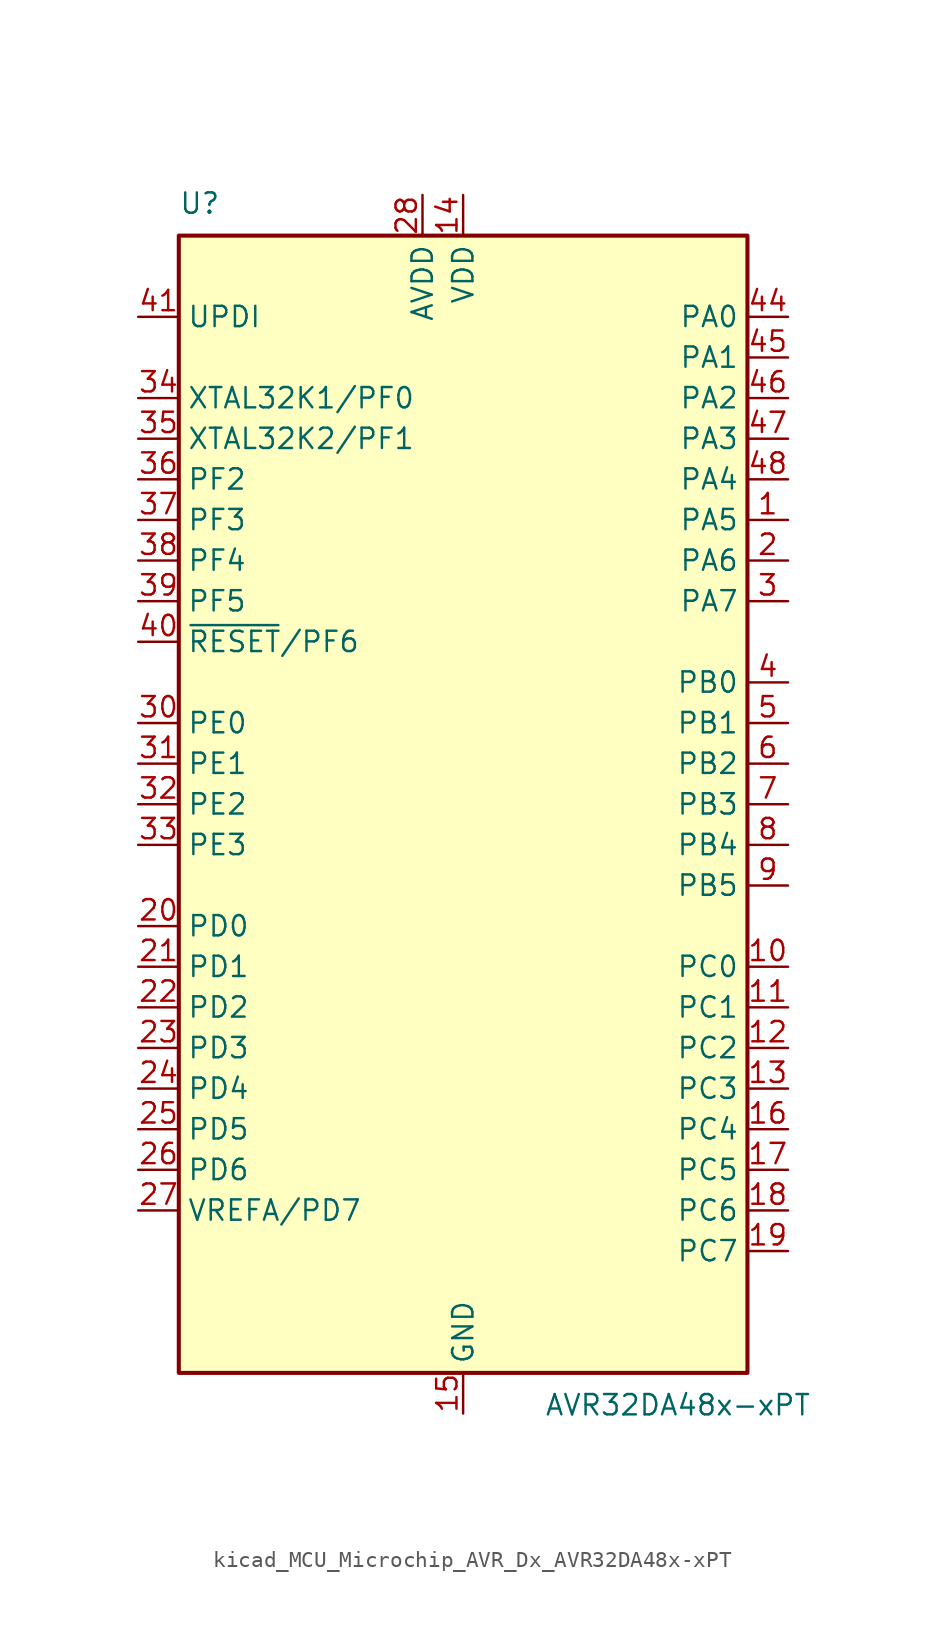
<source format=kicad_sym>
(kicad_symbol_lib
  (version 20220914)
  (generator kicad_symbol_editor)
  (symbol "kicad_MCU_Microchip_AVR_Dx_AVR32DA48x-xPT"
    (property "Reference" "U"
      (at -17.78 36.83 0)
      (effects (font (size 1.27 1.27)) (justify left bottom)))
    (property "Value" "AVR32DA48x-xPT"
      (at 5.08 -36.83 0)
      (effects (font (size 1.27 1.27)) (justify left top)))
    (symbol "kicad_MCU_Microchip_AVR_Dx_AVR32DA48x-xPT_0_1"
      (rectangle (start -17.78 35.56) (end 17.78 -35.56) (stroke (width 0.254) (type default)) (fill (type background))))
    (symbol "kicad_MCU_Microchip_AVR_Dx_AVR32DA48x-xPT_1_1"
      (pin bidirectional line (at 20.32 17.78 180) (length 2.54) (name "PA5" (effects (font (size 1.27 1.27)))) (number "1" (effects (font (size 1.27 1.27)))))
      (pin bidirectional line (at 20.32 -10.16 180) (length 2.54) (name "PC0" (effects (font (size 1.27 1.27)))) (number "10" (effects (font (size 1.27 1.27)))))
      (pin bidirectional line (at 20.32 -12.7 180) (length 2.54) (name "PC1" (effects (font (size 1.27 1.27)))) (number "11" (effects (font (size 1.27 1.27)))))
      (pin bidirectional line (at 20.32 -15.24 180) (length 2.54) (name "PC2" (effects (font (size 1.27 1.27)))) (number "12" (effects (font (size 1.27 1.27)))))
      (pin bidirectional line (at 20.32 -17.78 180) (length 2.54) (name "PC3" (effects (font (size 1.27 1.27)))) (number "13" (effects (font (size 1.27 1.27)))))
      (pin power_in line (at 0 38.1 270) (length 2.54) (name "VDD" (effects (font (size 1.27 1.27)))) (number "14" (effects (font (size 1.27 1.27)))))
      (pin power_in line (at 0 -38.1 90) (length 2.54) (name "GND" (effects (font (size 1.27 1.27)))) (number "15" (effects (font (size 1.27 1.27)))))
      (pin bidirectional line (at 20.32 -20.32 180) (length 2.54) (name "PC4" (effects (font (size 1.27 1.27)))) (number "16" (effects (font (size 1.27 1.27)))))
      (pin bidirectional line (at 20.32 -22.86 180) (length 2.54) (name "PC5" (effects (font (size 1.27 1.27)))) (number "17" (effects (font (size 1.27 1.27)))))
      (pin bidirectional line (at 20.32 -25.4 180) (length 2.54) (name "PC6" (effects (font (size 1.27 1.27)))) (number "18" (effects (font (size 1.27 1.27)))))
      (pin bidirectional line (at 20.32 -27.94 180) (length 2.54) (name "PC7" (effects (font (size 1.27 1.27)))) (number "19" (effects (font (size 1.27 1.27)))))
      (pin bidirectional line (at 20.32 15.24 180) (length 2.54) (name "PA6" (effects (font (size 1.27 1.27)))) (number "2" (effects (font (size 1.27 1.27)))))
      (pin bidirectional line (at -20.32 -7.62 0) (length 2.54) (name "PD0" (effects (font (size 1.27 1.27)))) (number "20" (effects (font (size 1.27 1.27)))))
      (pin bidirectional line (at -20.32 -10.16 0) (length 2.54) (name "PD1" (effects (font (size 1.27 1.27)))) (number "21" (effects (font (size 1.27 1.27)))))
      (pin bidirectional line (at -20.32 -12.7 0) (length 2.54) (name "PD2" (effects (font (size 1.27 1.27)))) (number "22" (effects (font (size 1.27 1.27)))))
      (pin bidirectional line (at -20.32 -15.24 0) (length 2.54) (name "PD3" (effects (font (size 1.27 1.27)))) (number "23" (effects (font (size 1.27 1.27)))))
      (pin bidirectional line (at -20.32 -17.78 0) (length 2.54) (name "PD4" (effects (font (size 1.27 1.27)))) (number "24" (effects (font (size 1.27 1.27)))))
      (pin bidirectional line (at -20.32 -20.32 0) (length 2.54) (name "PD5" (effects (font (size 1.27 1.27)))) (number "25" (effects (font (size 1.27 1.27)))))
      (pin bidirectional line (at -20.32 -22.86 0) (length 2.54) (name "PD6" (effects (font (size 1.27 1.27)))) (number "26" (effects (font (size 1.27 1.27)))))
      (pin bidirectional line (at -20.32 -25.4 0) (length 2.54) (name "VREFA/PD7" (effects (font (size 1.27 1.27)))) (number "27" (effects (font (size 1.27 1.27)))))
      (pin power_in line (at -2.54 38.1 270) (length 2.54) (name "AVDD" (effects (font (size 1.27 1.27)))) (number "28" (effects (font (size 1.27 1.27)))))
      (pin passive line (at 0 -38.1 90) (length 2.54) hide (name "GND" (effects (font (size 1.27 1.27)))) (number "29" (effects (font (size 1.27 1.27)))))
      (pin bidirectional line (at 20.32 12.7 180) (length 2.54) (name "PA7" (effects (font (size 1.27 1.27)))) (number "3" (effects (font (size 1.27 1.27)))))
      (pin bidirectional line (at -20.32 5.08 0) (length 2.54) (name "PE0" (effects (font (size 1.27 1.27)))) (number "30" (effects (font (size 1.27 1.27)))))
      (pin bidirectional line (at -20.32 2.54 0) (length 2.54) (name "PE1" (effects (font (size 1.27 1.27)))) (number "31" (effects (font (size 1.27 1.27)))))
      (pin bidirectional line (at -20.32 0 0) (length 2.54) (name "PE2" (effects (font (size 1.27 1.27)))) (number "32" (effects (font (size 1.27 1.27)))))
      (pin bidirectional line (at -20.32 -2.54 0) (length 2.54) (name "PE3" (effects (font (size 1.27 1.27)))) (number "33" (effects (font (size 1.27 1.27)))))
      (pin bidirectional line (at -20.32 25.4 0) (length 2.54) (name "XTAL32K1/PF0" (effects (font (size 1.27 1.27)))) (number "34" (effects (font (size 1.27 1.27)))))
      (pin bidirectional line (at -20.32 22.86 0) (length 2.54) (name "XTAL32K2/PF1" (effects (font (size 1.27 1.27)))) (number "35" (effects (font (size 1.27 1.27)))))
      (pin bidirectional line (at -20.32 20.32 0) (length 2.54) (name "PF2" (effects (font (size 1.27 1.27)))) (number "36" (effects (font (size 1.27 1.27)))))
      (pin bidirectional line (at -20.32 17.78 0) (length 2.54) (name "PF3" (effects (font (size 1.27 1.27)))) (number "37" (effects (font (size 1.27 1.27)))))
      (pin bidirectional line (at -20.32 15.24 0) (length 2.54) (name "PF4" (effects (font (size 1.27 1.27)))) (number "38" (effects (font (size 1.27 1.27)))))
      (pin bidirectional line (at -20.32 12.7 0) (length 2.54) (name "PF5" (effects (font (size 1.27 1.27)))) (number "39" (effects (font (size 1.27 1.27)))))
      (pin bidirectional line (at 20.32 7.62 180) (length 2.54) (name "PB0" (effects (font (size 1.27 1.27)))) (number "4" (effects (font (size 1.27 1.27)))))
      (pin bidirectional line (at -20.32 10.16 0) (length 2.54) (name "~{RESET}/PF6" (effects (font (size 1.27 1.27)))) (number "40" (effects (font (size 1.27 1.27)))))
      (pin input line (at -20.32 30.48 0) (length 2.54) (name "UPDI" (effects (font (size 1.27 1.27)))) (number "41" (effects (font (size 1.27 1.27)))))
      (pin passive line (at 0 38.1 270) (length 2.54) hide (name "VDD" (effects (font (size 1.27 1.27)))) (number "42" (effects (font (size 1.27 1.27)))))
      (pin passive line (at 0 -38.1 90) (length 2.54) hide (name "GND" (effects (font (size 1.27 1.27)))) (number "43" (effects (font (size 1.27 1.27)))))
      (pin bidirectional line (at 20.32 30.48 180) (length 2.54) (name "PA0" (effects (font (size 1.27 1.27)))) (number "44" (effects (font (size 1.27 1.27)))))
      (pin bidirectional line (at 20.32 27.94 180) (length 2.54) (name "PA1" (effects (font (size 1.27 1.27)))) (number "45" (effects (font (size 1.27 1.27)))))
      (pin bidirectional line (at 20.32 25.4 180) (length 2.54) (name "PA2" (effects (font (size 1.27 1.27)))) (number "46" (effects (font (size 1.27 1.27)))))
      (pin bidirectional line (at 20.32 22.86 180) (length 2.54) (name "PA3" (effects (font (size 1.27 1.27)))) (number "47" (effects (font (size 1.27 1.27)))))
      (pin bidirectional line (at 20.32 20.32 180) (length 2.54) (name "PA4" (effects (font (size 1.27 1.27)))) (number "48" (effects (font (size 1.27 1.27)))))
      (pin bidirectional line (at 20.32 5.08 180) (length 2.54) (name "PB1" (effects (font (size 1.27 1.27)))) (number "5" (effects (font (size 1.27 1.27)))))
      (pin bidirectional line (at 20.32 2.54 180) (length 2.54) (name "PB2" (effects (font (size 1.27 1.27)))) (number "6" (effects (font (size 1.27 1.27)))))
      (pin bidirectional line (at 20.32 0 180) (length 2.54) (name "PB3" (effects (font (size 1.27 1.27)))) (number "7" (effects (font (size 1.27 1.27)))))
      (pin bidirectional line (at 20.32 -2.54 180) (length 2.54) (name "PB4" (effects (font (size 1.27 1.27)))) (number "8" (effects (font (size 1.27 1.27)))))
      (pin bidirectional line (at 20.32 -5.08 180) (length 2.54) (name "PB5" (effects (font (size 1.27 1.27)))) (number "9" (effects (font (size 1.27 1.27))))))))
</source>
